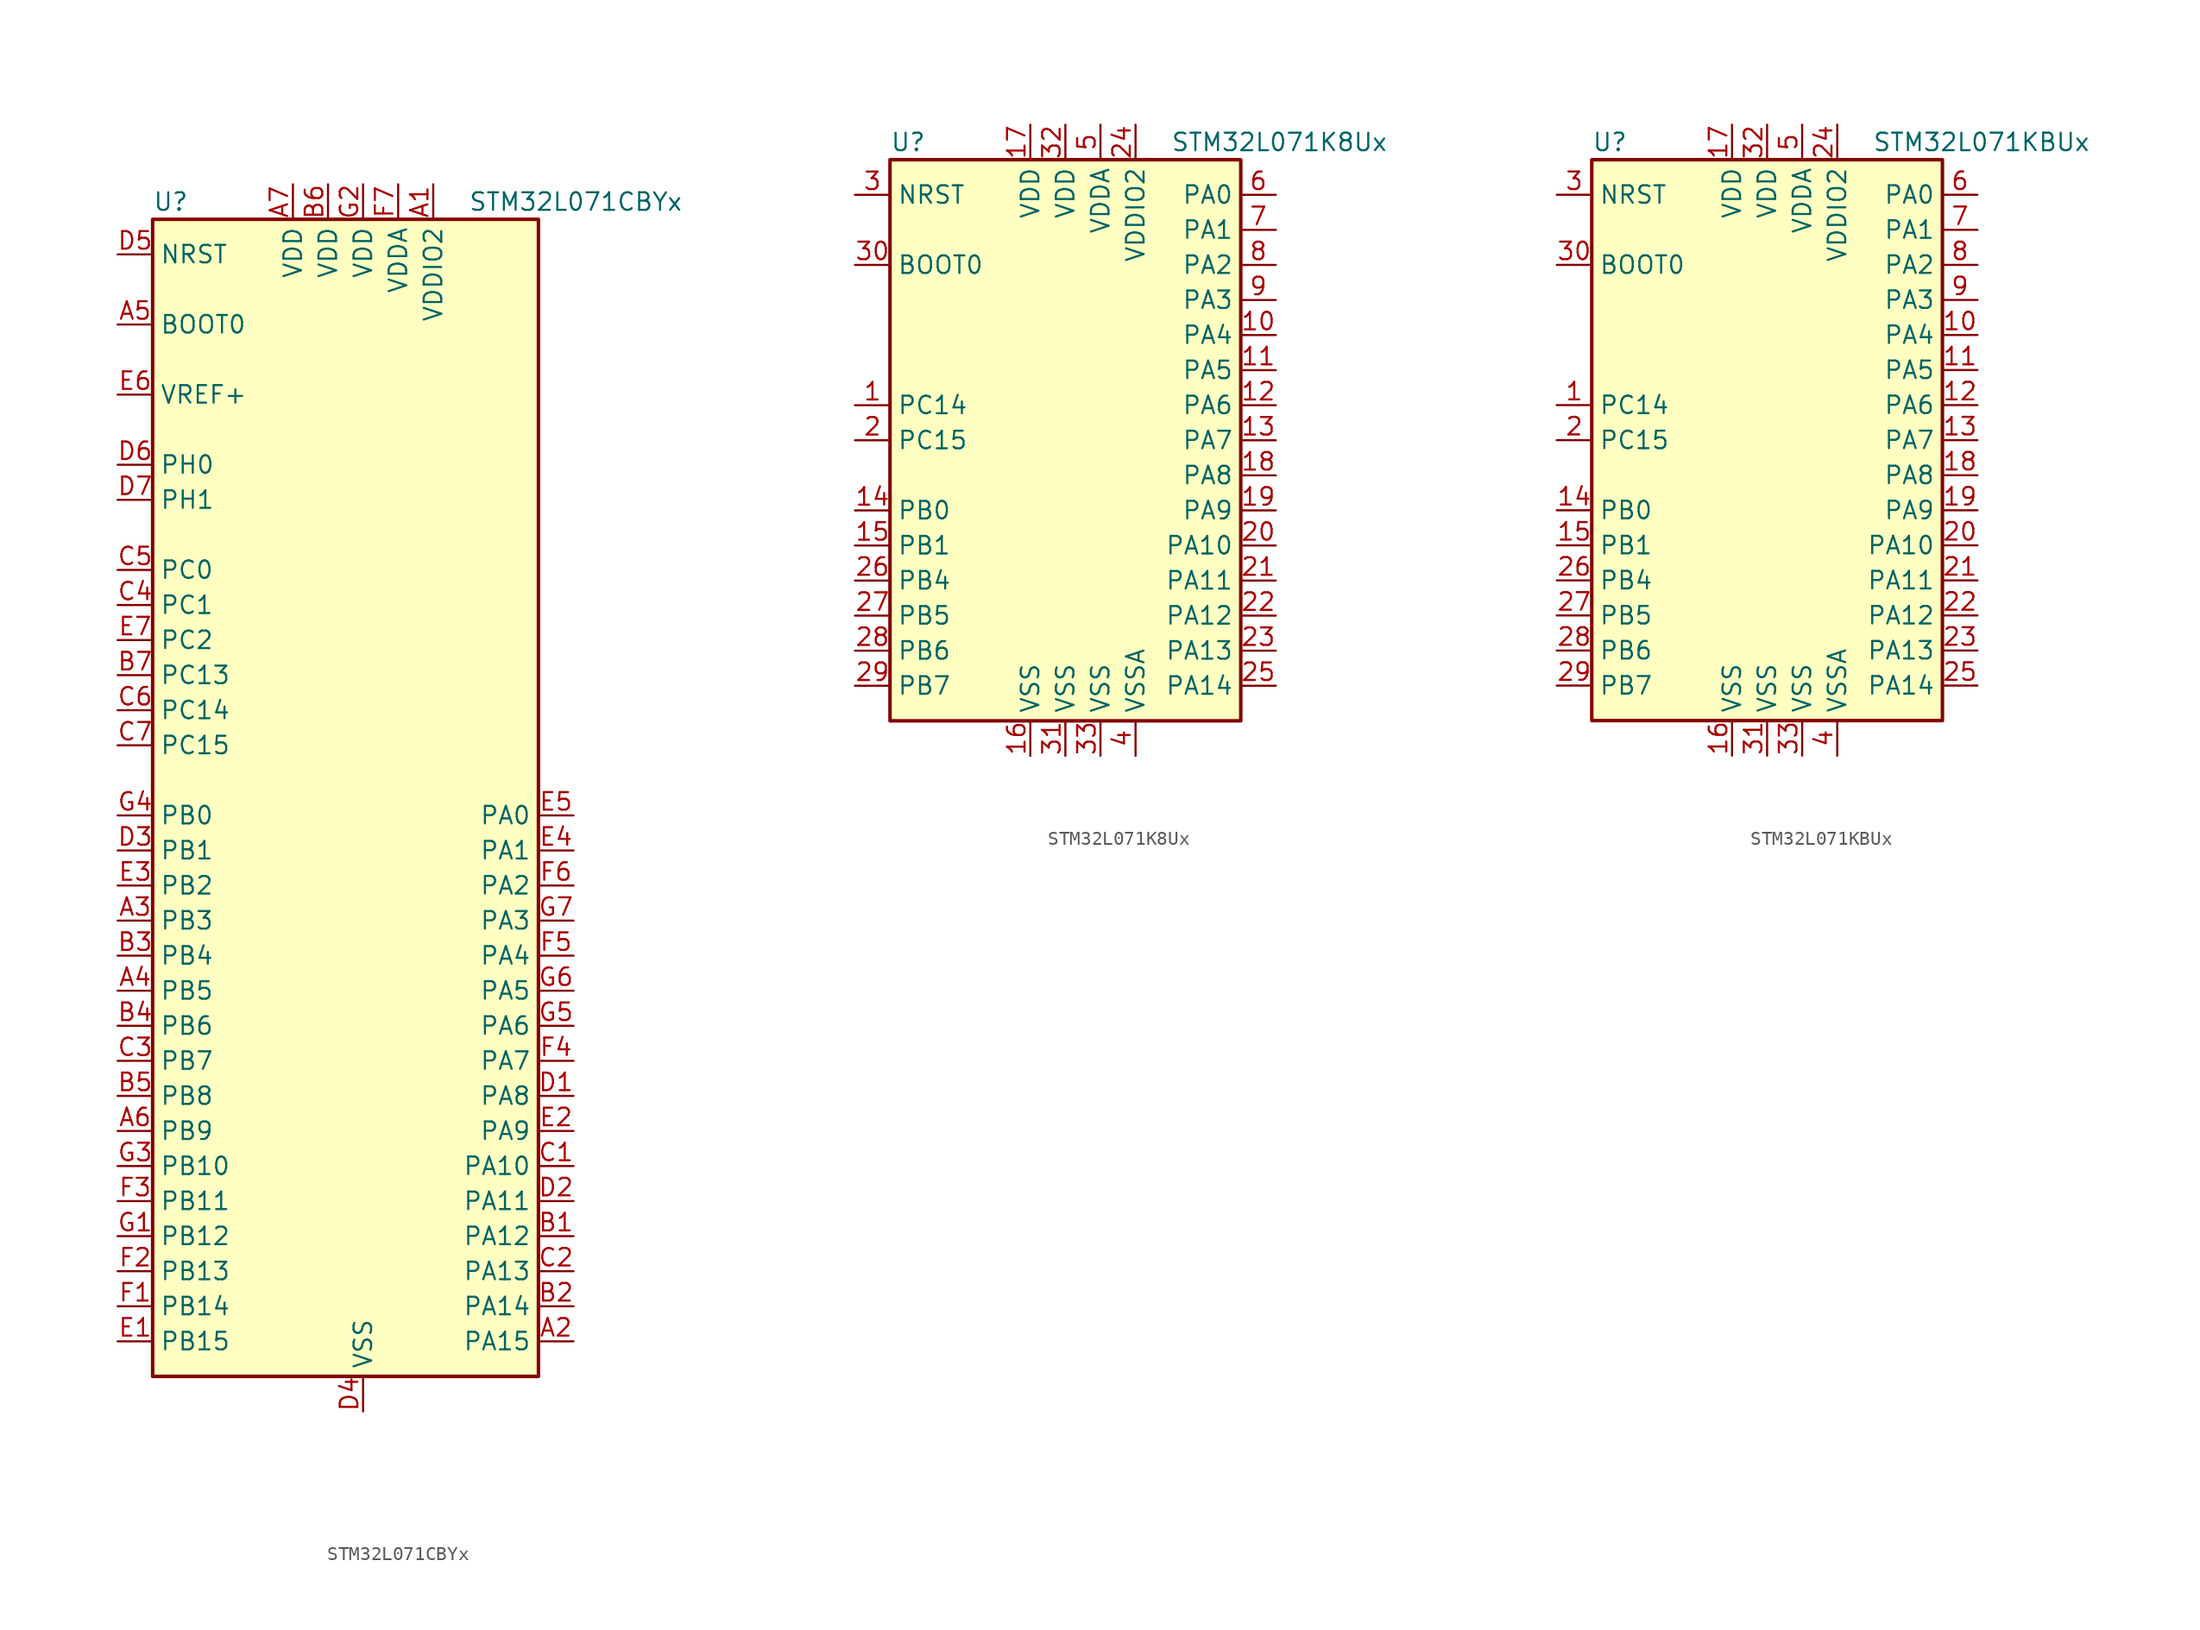
<source format=kicad_sym>
(kicad_symbol_lib
  (version 20201005)
  (generator kicad_symbol_editor)
  (symbol "STM32L071CBYx"
    (property "Reference" "U"
      (at -15.24 41.91 0)
      (effects (font (size 1.27 1.27)) (justify left)))
    (property "Value" "STM32L071CBYx"
      (at 7.62 41.91 0)
      (effects (font (size 1.27 1.27)) (justify left)))
    (symbol "STM32L071CBYx_0_1"
      (rectangle (start -15.24 -43.18) (end 12.7 40.64) (stroke (width 0.254)) (fill (type background))))
    (symbol "STM32L071CBYx_1_1"
      (pin power_in line (at 5.08 43.18 270) (length 2.54) (name "VDDIO2" (effects (font (size 1.27 1.27)))) (number "A1" (effects (font (size 1.27 1.27)))))
      (pin bidirectional line (at 15.24 -40.64 180) (length 2.54) (name "PA15" (effects (font (size 1.27 1.27)))) (number "A2" (effects (font (size 1.27 1.27)))))
      (pin bidirectional line (at -17.78 -10.16 0) (length 2.54) (name "PB3" (effects (font (size 1.27 1.27)))) (number "A3" (effects (font (size 1.27 1.27)))))
      (pin bidirectional line (at -17.78 -15.24 0) (length 2.54) (name "PB5" (effects (font (size 1.27 1.27)))) (number "A4" (effects (font (size 1.27 1.27)))))
      (pin input line (at -17.78 33.02 0) (length 2.54) (name "BOOT0" (effects (font (size 1.27 1.27)))) (number "A5" (effects (font (size 1.27 1.27)))))
      (pin bidirectional line (at -17.78 -25.4 0) (length 2.54) (name "PB9" (effects (font (size 1.27 1.27)))) (number "A6" (effects (font (size 1.27 1.27)))))
      (pin power_in line (at -5.08 43.18 270) (length 2.54) (name "VDD" (effects (font (size 1.27 1.27)))) (number "A7" (effects (font (size 1.27 1.27)))))
      (pin bidirectional line (at 15.24 -33.02 180) (length 2.54) (name "PA12" (effects (font (size 1.27 1.27)))) (number "B1" (effects (font (size 1.27 1.27)))))
      (pin bidirectional line (at 15.24 -38.1 180) (length 2.54) (name "PA14" (effects (font (size 1.27 1.27)))) (number "B2" (effects (font (size 1.27 1.27)))))
      (pin bidirectional line (at -17.78 -12.7 0) (length 2.54) (name "PB4" (effects (font (size 1.27 1.27)))) (number "B3" (effects (font (size 1.27 1.27)))))
      (pin bidirectional line (at -17.78 -17.78 0) (length 2.54) (name "PB6" (effects (font (size 1.27 1.27)))) (number "B4" (effects (font (size 1.27 1.27)))))
      (pin bidirectional line (at -17.78 -22.86 0) (length 2.54) (name "PB8" (effects (font (size 1.27 1.27)))) (number "B5" (effects (font (size 1.27 1.27)))))
      (pin power_in line (at -2.54 43.18 270) (length 2.54) (name "VDD" (effects (font (size 1.27 1.27)))) (number "B6" (effects (font (size 1.27 1.27)))))
      (pin bidirectional line (at -17.78 7.62 0) (length 2.54) (name "PC13" (effects (font (size 1.27 1.27)))) (number "B7" (effects (font (size 1.27 1.27)))))
      (pin bidirectional line (at 15.24 -27.94 180) (length 2.54) (name "PA10" (effects (font (size 1.27 1.27)))) (number "C1" (effects (font (size 1.27 1.27)))))
      (pin bidirectional line (at 15.24 -35.56 180) (length 2.54) (name "PA13" (effects (font (size 1.27 1.27)))) (number "C2" (effects (font (size 1.27 1.27)))))
      (pin bidirectional line (at -17.78 -20.32 0) (length 2.54) (name "PB7" (effects (font (size 1.27 1.27)))) (number "C3" (effects (font (size 1.27 1.27)))))
      (pin bidirectional line (at -17.78 12.7 0) (length 2.54) (name "PC1" (effects (font (size 1.27 1.27)))) (number "C4" (effects (font (size 1.27 1.27)))))
      (pin bidirectional line (at -17.78 15.24 0) (length 2.54) (name "PC0" (effects (font (size 1.27 1.27)))) (number "C5" (effects (font (size 1.27 1.27)))))
      (pin bidirectional line (at -17.78 5.08 0) (length 2.54) (name "PC14" (effects (font (size 1.27 1.27)))) (number "C6" (effects (font (size 1.27 1.27)))))
      (pin bidirectional line (at -17.78 2.54 0) (length 2.54) (name "PC15" (effects (font (size 1.27 1.27)))) (number "C7" (effects (font (size 1.27 1.27)))))
      (pin bidirectional line (at 15.24 -22.86 180) (length 2.54) (name "PA8" (effects (font (size 1.27 1.27)))) (number "D1" (effects (font (size 1.27 1.27)))))
      (pin bidirectional line (at 15.24 -30.48 180) (length 2.54) (name "PA11" (effects (font (size 1.27 1.27)))) (number "D2" (effects (font (size 1.27 1.27)))))
      (pin bidirectional line (at -17.78 -5.08 0) (length 2.54) (name "PB1" (effects (font (size 1.27 1.27)))) (number "D3" (effects (font (size 1.27 1.27)))))
      (pin power_in line (at 0 -45.72 90) (length 2.54) (name "VSS" (effects (font (size 1.27 1.27)))) (number "D4" (effects (font (size 1.27 1.27)))))
      (pin input line (at -17.78 38.1 0) (length 2.54) (name "NRST" (effects (font (size 1.27 1.27)))) (number "D5" (effects (font (size 1.27 1.27)))))
      (pin input line (at -17.78 22.86 0) (length 2.54) (name "PH0" (effects (font (size 1.27 1.27)))) (number "D6" (effects (font (size 1.27 1.27)))))
      (pin input line (at -17.78 20.32 0) (length 2.54) (name "PH1" (effects (font (size 1.27 1.27)))) (number "D7" (effects (font (size 1.27 1.27)))))
      (pin bidirectional line (at -17.78 -40.64 0) (length 2.54) (name "PB15" (effects (font (size 1.27 1.27)))) (number "E1" (effects (font (size 1.27 1.27)))))
      (pin bidirectional line (at 15.24 -25.4 180) (length 2.54) (name "PA9" (effects (font (size 1.27 1.27)))) (number "E2" (effects (font (size 1.27 1.27)))))
      (pin bidirectional line (at -17.78 -7.62 0) (length 2.54) (name "PB2" (effects (font (size 1.27 1.27)))) (number "E3" (effects (font (size 1.27 1.27)))))
      (pin bidirectional line (at 15.24 -5.08 180) (length 2.54) (name "PA1" (effects (font (size 1.27 1.27)))) (number "E4" (effects (font (size 1.27 1.27)))))
      (pin bidirectional line (at 15.24 -2.54 180) (length 2.54) (name "PA0" (effects (font (size 1.27 1.27)))) (number "E5" (effects (font (size 1.27 1.27)))))
      (pin power_in line (at -17.78 27.94 0) (length 2.54) (name "VREF+" (effects (font (size 1.27 1.27)))) (number "E6" (effects (font (size 1.27 1.27)))))
      (pin bidirectional line (at -17.78 10.16 0) (length 2.54) (name "PC2" (effects (font (size 1.27 1.27)))) (number "E7" (effects (font (size 1.27 1.27)))))
      (pin bidirectional line (at -17.78 -38.1 0) (length 2.54) (name "PB14" (effects (font (size 1.27 1.27)))) (number "F1" (effects (font (size 1.27 1.27)))))
      (pin bidirectional line (at -17.78 -35.56 0) (length 2.54) (name "PB13" (effects (font (size 1.27 1.27)))) (number "F2" (effects (font (size 1.27 1.27)))))
      (pin bidirectional line (at -17.78 -30.48 0) (length 2.54) (name "PB11" (effects (font (size 1.27 1.27)))) (number "F3" (effects (font (size 1.27 1.27)))))
      (pin bidirectional line (at 15.24 -20.32 180) (length 2.54) (name "PA7" (effects (font (size 1.27 1.27)))) (number "F4" (effects (font (size 1.27 1.27)))))
      (pin bidirectional line (at 15.24 -12.7 180) (length 2.54) (name "PA4" (effects (font (size 1.27 1.27)))) (number "F5" (effects (font (size 1.27 1.27)))))
      (pin bidirectional line (at 15.24 -7.62 180) (length 2.54) (name "PA2" (effects (font (size 1.27 1.27)))) (number "F6" (effects (font (size 1.27 1.27)))))
      (pin power_in line (at 2.54 43.18 270) (length 2.54) (name "VDDA" (effects (font (size 1.27 1.27)))) (number "F7" (effects (font (size 1.27 1.27)))))
      (pin bidirectional line (at -17.78 -33.02 0) (length 2.54) (name "PB12" (effects (font (size 1.27 1.27)))) (number "G1" (effects (font (size 1.27 1.27)))))
      (pin power_in line (at 0 43.18 270) (length 2.54) (name "VDD" (effects (font (size 1.27 1.27)))) (number "G2" (effects (font (size 1.27 1.27)))))
      (pin bidirectional line (at -17.78 -27.94 0) (length 2.54) (name "PB10" (effects (font (size 1.27 1.27)))) (number "G3" (effects (font (size 1.27 1.27)))))
      (pin bidirectional line (at -17.78 -2.54 0) (length 2.54) (name "PB0" (effects (font (size 1.27 1.27)))) (number "G4" (effects (font (size 1.27 1.27)))))
      (pin bidirectional line (at 15.24 -17.78 180) (length 2.54) (name "PA6" (effects (font (size 1.27 1.27)))) (number "G5" (effects (font (size 1.27 1.27)))))
      (pin bidirectional line (at 15.24 -15.24 180) (length 2.54) (name "PA5" (effects (font (size 1.27 1.27)))) (number "G6" (effects (font (size 1.27 1.27)))))
      (pin bidirectional line (at 15.24 -10.16 180) (length 2.54) (name "PA3" (effects (font (size 1.27 1.27)))) (number "G7" (effects (font (size 1.27 1.27)))))))
  (symbol "STM32L071K8Ux"
    (property "Reference" "U"
      (at -12.7 21.59 0)
      (effects (font (size 1.27 1.27)) (justify left)))
    (property "Value" "STM32L071K8Ux"
      (at 7.62 21.59 0)
      (effects (font (size 1.27 1.27)) (justify left)))
    (symbol "STM32L071K8Ux_0_1"
      (rectangle (start -12.7 -20.32) (end 12.7 20.32) (stroke (width 0.254)) (fill (type background))))
    (symbol "STM32L071K8Ux_1_1"
      (pin bidirectional line (at -15.24 2.54 0) (length 2.54) (name "PC14" (effects (font (size 1.27 1.27)))) (number "1" (effects (font (size 1.27 1.27)))))
      (pin bidirectional line (at 15.24 7.62 180) (length 2.54) (name "PA4" (effects (font (size 1.27 1.27)))) (number "10" (effects (font (size 1.27 1.27)))))
      (pin bidirectional line (at 15.24 5.08 180) (length 2.54) (name "PA5" (effects (font (size 1.27 1.27)))) (number "11" (effects (font (size 1.27 1.27)))))
      (pin bidirectional line (at 15.24 2.54 180) (length 2.54) (name "PA6" (effects (font (size 1.27 1.27)))) (number "12" (effects (font (size 1.27 1.27)))))
      (pin bidirectional line (at 15.24 0 180) (length 2.54) (name "PA7" (effects (font (size 1.27 1.27)))) (number "13" (effects (font (size 1.27 1.27)))))
      (pin bidirectional line (at -15.24 -5.08 0) (length 2.54) (name "PB0" (effects (font (size 1.27 1.27)))) (number "14" (effects (font (size 1.27 1.27)))))
      (pin bidirectional line (at -15.24 -7.62 0) (length 2.54) (name "PB1" (effects (font (size 1.27 1.27)))) (number "15" (effects (font (size 1.27 1.27)))))
      (pin power_in line (at -2.54 -22.86 90) (length 2.54) (name "VSS" (effects (font (size 1.27 1.27)))) (number "16" (effects (font (size 1.27 1.27)))))
      (pin power_in line (at -2.54 22.86 270) (length 2.54) (name "VDD" (effects (font (size 1.27 1.27)))) (number "17" (effects (font (size 1.27 1.27)))))
      (pin bidirectional line (at 15.24 -2.54 180) (length 2.54) (name "PA8" (effects (font (size 1.27 1.27)))) (number "18" (effects (font (size 1.27 1.27)))))
      (pin bidirectional line (at 15.24 -5.08 180) (length 2.54) (name "PA9" (effects (font (size 1.27 1.27)))) (number "19" (effects (font (size 1.27 1.27)))))
      (pin bidirectional line (at -15.24 0 0) (length 2.54) (name "PC15" (effects (font (size 1.27 1.27)))) (number "2" (effects (font (size 1.27 1.27)))))
      (pin bidirectional line (at 15.24 -7.62 180) (length 2.54) (name "PA10" (effects (font (size 1.27 1.27)))) (number "20" (effects (font (size 1.27 1.27)))))
      (pin bidirectional line (at 15.24 -10.16 180) (length 2.54) (name "PA11" (effects (font (size 1.27 1.27)))) (number "21" (effects (font (size 1.27 1.27)))))
      (pin bidirectional line (at 15.24 -12.7 180) (length 2.54) (name "PA12" (effects (font (size 1.27 1.27)))) (number "22" (effects (font (size 1.27 1.27)))))
      (pin bidirectional line (at 15.24 -15.24 180) (length 2.54) (name "PA13" (effects (font (size 1.27 1.27)))) (number "23" (effects (font (size 1.27 1.27)))))
      (pin power_in line (at 5.08 22.86 270) (length 2.54) (name "VDDIO2" (effects (font (size 1.27 1.27)))) (number "24" (effects (font (size 1.27 1.27)))))
      (pin bidirectional line (at 15.24 -17.78 180) (length 2.54) (name "PA14" (effects (font (size 1.27 1.27)))) (number "25" (effects (font (size 1.27 1.27)))))
      (pin bidirectional line (at -15.24 -10.16 0) (length 2.54) (name "PB4" (effects (font (size 1.27 1.27)))) (number "26" (effects (font (size 1.27 1.27)))))
      (pin bidirectional line (at -15.24 -12.7 0) (length 2.54) (name "PB5" (effects (font (size 1.27 1.27)))) (number "27" (effects (font (size 1.27 1.27)))))
      (pin bidirectional line (at -15.24 -15.24 0) (length 2.54) (name "PB6" (effects (font (size 1.27 1.27)))) (number "28" (effects (font (size 1.27 1.27)))))
      (pin bidirectional line (at -15.24 -17.78 0) (length 2.54) (name "PB7" (effects (font (size 1.27 1.27)))) (number "29" (effects (font (size 1.27 1.27)))))
      (pin input line (at -15.24 17.78 0) (length 2.54) (name "NRST" (effects (font (size 1.27 1.27)))) (number "3" (effects (font (size 1.27 1.27)))))
      (pin input line (at -15.24 12.7 0) (length 2.54) (name "BOOT0" (effects (font (size 1.27 1.27)))) (number "30" (effects (font (size 1.27 1.27)))))
      (pin power_in line (at 0 -22.86 90) (length 2.54) (name "VSS" (effects (font (size 1.27 1.27)))) (number "31" (effects (font (size 1.27 1.27)))))
      (pin power_in line (at 0 22.86 270) (length 2.54) (name "VDD" (effects (font (size 1.27 1.27)))) (number "32" (effects (font (size 1.27 1.27)))))
      (pin power_in line (at 2.54 -22.86 90) (length 2.54) (name "VSS" (effects (font (size 1.27 1.27)))) (number "33" (effects (font (size 1.27 1.27)))))
      (pin power_in line (at 5.08 -22.86 90) (length 2.54) (name "VSSA" (effects (font (size 1.27 1.27)))) (number "4" (effects (font (size 1.27 1.27)))))
      (pin power_in line (at 2.54 22.86 270) (length 2.54) (name "VDDA" (effects (font (size 1.27 1.27)))) (number "5" (effects (font (size 1.27 1.27)))))
      (pin bidirectional line (at 15.24 17.78 180) (length 2.54) (name "PA0" (effects (font (size 1.27 1.27)))) (number "6" (effects (font (size 1.27 1.27)))))
      (pin bidirectional line (at 15.24 15.24 180) (length 2.54) (name "PA1" (effects (font (size 1.27 1.27)))) (number "7" (effects (font (size 1.27 1.27)))))
      (pin bidirectional line (at 15.24 12.7 180) (length 2.54) (name "PA2" (effects (font (size 1.27 1.27)))) (number "8" (effects (font (size 1.27 1.27)))))
      (pin bidirectional line (at 15.24 10.16 180) (length 2.54) (name "PA3" (effects (font (size 1.27 1.27)))) (number "9" (effects (font (size 1.27 1.27)))))))
  (symbol "STM32L071KBUx"
    (property "Reference" "U"
      (at -12.7 21.59 0)
      (effects (font (size 1.27 1.27)) (justify left)))
    (property "Value" "STM32L071KBUx"
      (at 7.62 21.59 0)
      (effects (font (size 1.27 1.27)) (justify left)))
    (symbol "STM32L071KBUx_0_1"
      (rectangle (start -12.7 -20.32) (end 12.7 20.32) (stroke (width 0.254)) (fill (type background))))
    (symbol "STM32L071KBUx_1_1"
      (pin bidirectional line (at -15.24 2.54 0) (length 2.54) (name "PC14" (effects (font (size 1.27 1.27)))) (number "1" (effects (font (size 1.27 1.27)))))
      (pin bidirectional line (at 15.24 7.62 180) (length 2.54) (name "PA4" (effects (font (size 1.27 1.27)))) (number "10" (effects (font (size 1.27 1.27)))))
      (pin bidirectional line (at 15.24 5.08 180) (length 2.54) (name "PA5" (effects (font (size 1.27 1.27)))) (number "11" (effects (font (size 1.27 1.27)))))
      (pin bidirectional line (at 15.24 2.54 180) (length 2.54) (name "PA6" (effects (font (size 1.27 1.27)))) (number "12" (effects (font (size 1.27 1.27)))))
      (pin bidirectional line (at 15.24 0 180) (length 2.54) (name "PA7" (effects (font (size 1.27 1.27)))) (number "13" (effects (font (size 1.27 1.27)))))
      (pin bidirectional line (at -15.24 -5.08 0) (length 2.54) (name "PB0" (effects (font (size 1.27 1.27)))) (number "14" (effects (font (size 1.27 1.27)))))
      (pin bidirectional line (at -15.24 -7.62 0) (length 2.54) (name "PB1" (effects (font (size 1.27 1.27)))) (number "15" (effects (font (size 1.27 1.27)))))
      (pin power_in line (at -2.54 -22.86 90) (length 2.54) (name "VSS" (effects (font (size 1.27 1.27)))) (number "16" (effects (font (size 1.27 1.27)))))
      (pin power_in line (at -2.54 22.86 270) (length 2.54) (name "VDD" (effects (font (size 1.27 1.27)))) (number "17" (effects (font (size 1.27 1.27)))))
      (pin bidirectional line (at 15.24 -2.54 180) (length 2.54) (name "PA8" (effects (font (size 1.27 1.27)))) (number "18" (effects (font (size 1.27 1.27)))))
      (pin bidirectional line (at 15.24 -5.08 180) (length 2.54) (name "PA9" (effects (font (size 1.27 1.27)))) (number "19" (effects (font (size 1.27 1.27)))))
      (pin bidirectional line (at -15.24 0 0) (length 2.54) (name "PC15" (effects (font (size 1.27 1.27)))) (number "2" (effects (font (size 1.27 1.27)))))
      (pin bidirectional line (at 15.24 -7.62 180) (length 2.54) (name "PA10" (effects (font (size 1.27 1.27)))) (number "20" (effects (font (size 1.27 1.27)))))
      (pin bidirectional line (at 15.24 -10.16 180) (length 2.54) (name "PA11" (effects (font (size 1.27 1.27)))) (number "21" (effects (font (size 1.27 1.27)))))
      (pin bidirectional line (at 15.24 -12.7 180) (length 2.54) (name "PA12" (effects (font (size 1.27 1.27)))) (number "22" (effects (font (size 1.27 1.27)))))
      (pin bidirectional line (at 15.24 -15.24 180) (length 2.54) (name "PA13" (effects (font (size 1.27 1.27)))) (number "23" (effects (font (size 1.27 1.27)))))
      (pin power_in line (at 5.08 22.86 270) (length 2.54) (name "VDDIO2" (effects (font (size 1.27 1.27)))) (number "24" (effects (font (size 1.27 1.27)))))
      (pin bidirectional line (at 15.24 -17.78 180) (length 2.54) (name "PA14" (effects (font (size 1.27 1.27)))) (number "25" (effects (font (size 1.27 1.27)))))
      (pin bidirectional line (at -15.24 -10.16 0) (length 2.54) (name "PB4" (effects (font (size 1.27 1.27)))) (number "26" (effects (font (size 1.27 1.27)))))
      (pin bidirectional line (at -15.24 -12.7 0) (length 2.54) (name "PB5" (effects (font (size 1.27 1.27)))) (number "27" (effects (font (size 1.27 1.27)))))
      (pin bidirectional line (at -15.24 -15.24 0) (length 2.54) (name "PB6" (effects (font (size 1.27 1.27)))) (number "28" (effects (font (size 1.27 1.27)))))
      (pin bidirectional line (at -15.24 -17.78 0) (length 2.54) (name "PB7" (effects (font (size 1.27 1.27)))) (number "29" (effects (font (size 1.27 1.27)))))
      (pin input line (at -15.24 17.78 0) (length 2.54) (name "NRST" (effects (font (size 1.27 1.27)))) (number "3" (effects (font (size 1.27 1.27)))))
      (pin input line (at -15.24 12.7 0) (length 2.54) (name "BOOT0" (effects (font (size 1.27 1.27)))) (number "30" (effects (font (size 1.27 1.27)))))
      (pin power_in line (at 0 -22.86 90) (length 2.54) (name "VSS" (effects (font (size 1.27 1.27)))) (number "31" (effects (font (size 1.27 1.27)))))
      (pin power_in line (at 0 22.86 270) (length 2.54) (name "VDD" (effects (font (size 1.27 1.27)))) (number "32" (effects (font (size 1.27 1.27)))))
      (pin power_in line (at 2.54 -22.86 90) (length 2.54) (name "VSS" (effects (font (size 1.27 1.27)))) (number "33" (effects (font (size 1.27 1.27)))))
      (pin power_in line (at 5.08 -22.86 90) (length 2.54) (name "VSSA" (effects (font (size 1.27 1.27)))) (number "4" (effects (font (size 1.27 1.27)))))
      (pin power_in line (at 2.54 22.86 270) (length 2.54) (name "VDDA" (effects (font (size 1.27 1.27)))) (number "5" (effects (font (size 1.27 1.27)))))
      (pin bidirectional line (at 15.24 17.78 180) (length 2.54) (name "PA0" (effects (font (size 1.27 1.27)))) (number "6" (effects (font (size 1.27 1.27)))))
      (pin bidirectional line (at 15.24 15.24 180) (length 2.54) (name "PA1" (effects (font (size 1.27 1.27)))) (number "7" (effects (font (size 1.27 1.27)))))
      (pin bidirectional line (at 15.24 12.7 180) (length 2.54) (name "PA2" (effects (font (size 1.27 1.27)))) (number "8" (effects (font (size 1.27 1.27)))))
      (pin bidirectional line (at 15.24 10.16 180) (length 2.54) (name "PA3" (effects (font (size 1.27 1.27)))) (number "9" (effects (font (size 1.27 1.27))))))))
</source>
